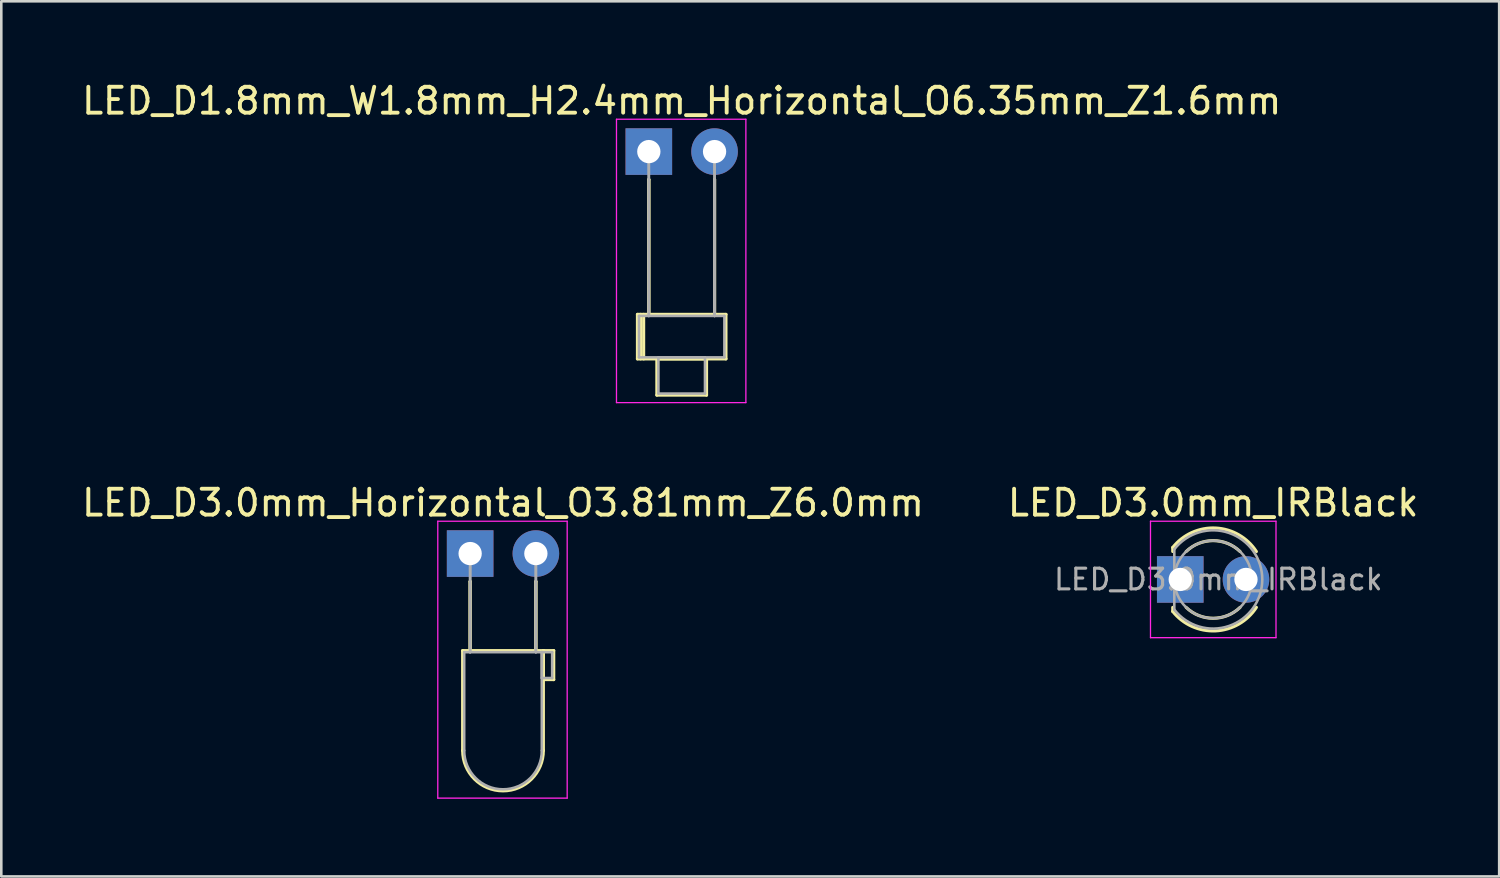
<source format=kicad_pcb>
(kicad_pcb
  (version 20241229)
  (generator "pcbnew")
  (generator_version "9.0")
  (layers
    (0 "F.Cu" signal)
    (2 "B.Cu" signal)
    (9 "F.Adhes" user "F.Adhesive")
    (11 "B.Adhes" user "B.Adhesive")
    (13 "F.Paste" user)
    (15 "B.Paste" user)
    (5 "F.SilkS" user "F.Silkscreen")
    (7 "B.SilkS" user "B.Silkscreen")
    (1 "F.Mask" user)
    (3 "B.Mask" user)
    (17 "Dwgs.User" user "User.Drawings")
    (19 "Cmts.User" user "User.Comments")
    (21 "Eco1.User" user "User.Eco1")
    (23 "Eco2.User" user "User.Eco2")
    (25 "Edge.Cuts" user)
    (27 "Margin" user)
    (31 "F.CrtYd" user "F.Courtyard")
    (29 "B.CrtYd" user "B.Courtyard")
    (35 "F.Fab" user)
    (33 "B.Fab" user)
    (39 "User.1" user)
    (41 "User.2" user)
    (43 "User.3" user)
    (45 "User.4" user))
  (footprint "LED_D3.0mm_IRBlack"
    (layer "F.Cu")
    (at 42.557 19.341)
    (property "Reference" "LED_D3.0mm_IRBlack" (at 1.27 -2.96 0) (layer "F.SilkS") (effects (font (size 1 1) (thickness 0.15))))
    (attr through_hole)
    (fp_line (start -0.29 -1.236) (end -0.29 -1.08) (stroke (width 0.12) (type solid)) (layer "F.SilkS"))
    (fp_line (start -0.29 1.08) (end -0.29 1.236) (stroke (width 0.12) (type solid)) (layer "F.SilkS"))
    (fp_arc (start -0.29 -1.235516) (mid 1.366487 -1.987659) (end 2.942335 -1.078608) (stroke (width 0.12) (type solid)) (layer "F.SilkS"))
    (fp_arc (start 0.229039 -1.08) (mid 1.270117 -1.5) (end 2.31113 -1.079837) (stroke (width 0.12) (type solid)) (layer "F.SilkS"))
    (fp_arc (start 2.31113 1.079837) (mid 1.270117 1.5) (end 0.229039 1.08) (stroke (width 0.12) (type solid)) (layer "F.SilkS"))
    (fp_arc (start 2.942335 1.078608) (mid 1.366487 1.987659) (end -0.29 1.235516) (stroke (width 0.12) (type solid)) (layer "F.SilkS"))
    (fp_line (start -1.15 -2.25) (end -1.15 2.25) (stroke (width 0.05) (type solid)) (layer "F.CrtYd"))
    (fp_line (start -1.15 2.25) (end 3.7 2.25) (stroke (width 0.05) (type solid)) (layer "F.CrtYd"))
    (fp_line (start 3.7 -2.25) (end -1.15 -2.25) (stroke (width 0.05) (type solid)) (layer "F.CrtYd"))
    (fp_line (start 3.7 2.25) (end 3.7 -2.25) (stroke (width 0.05) (type solid)) (layer "F.CrtYd"))
    (fp_line (start -0.23 -1.166) (end -0.23 1.166) (stroke (width 0.1) (type solid)) (layer "F.Fab"))
    (fp_arc (start -0.23 -1.16619) (mid 3.17 0.000452) (end -0.230555 1.165476) (stroke (width 0.1) (type solid)) (layer "F.Fab"))
    (fp_circle (center 1.27 0) (end 2.77 0) (stroke (width 0.1) (type solid)) (fill no) (layer "F.Fab"))
    (fp_text user "${REFERENCE}" (at 1.47 0 0) (layer "F.Fab") (effects (font (size 0.8 0.8) (thickness 0.12))))
    (pad "1" thru_hole rect (at 0 0) (size 1.8 1.8) (drill 0.9) (layers "*.Cu" "*.Mask"))
    (pad "2" thru_hole circle (at 2.54 0) (size 1.8 1.8) (drill 0.9) (layers "*.Cu" "*.Mask")))
  (footprint "LED_D1.8mm_W1.8mm_H2.4mm_Horizontal_O6.35mm_Z1.6mm"
    (layer "F.Cu")
    (at 22.022 2.808)
    (property "Reference" "LED_D1.8mm_W1.8mm_H2.4mm_Horizontal_O6.35mm_Z1.6mm" (at 1.27 -1.96 0) (layer "F.SilkS") (effects (font (size 1 1) (thickness 0.15))))
    (attr through_hole)
    (fp_line (start -0.44 6.29) (end -0.44 8.01) (stroke (width 0.12) (type solid)) (layer "F.SilkS"))
    (fp_line (start -0.44 8.01) (end 2.98 8.01) (stroke (width 0.12) (type solid)) (layer "F.SilkS"))
    (fp_line (start -0.32 6.29) (end -0.32 8.01) (stroke (width 0.12) (type solid)) (layer "F.SilkS"))
    (fp_line (start -0.2 6.29) (end -0.2 8.01) (stroke (width 0.12) (type solid)) (layer "F.SilkS"))
    (fp_line (start 0 1.08) (end 0 1.08) (stroke (width 0.12) (type solid)) (layer "F.SilkS"))
    (fp_line (start 0 1.08) (end 0 6.29) (stroke (width 0.12) (type solid)) (layer "F.SilkS"))
    (fp_line (start 0 6.29) (end 0 1.08) (stroke (width 0.12) (type solid)) (layer "F.SilkS"))
    (fp_line (start 0 6.29) (end 0 6.29) (stroke (width 0.12) (type solid)) (layer "F.SilkS"))
    (fp_line (start 0.31 8.01) (end 0.31 9.41) (stroke (width 0.12) (type solid)) (layer "F.SilkS"))
    (fp_line (start 0.31 9.41) (end 2.23 9.41) (stroke (width 0.12) (type solid)) (layer "F.SilkS"))
    (fp_line (start 2.23 8.01) (end 0.31 8.01) (stroke (width 0.12) (type solid)) (layer "F.SilkS"))
    (fp_line (start 2.23 9.41) (end 2.23 8.01) (stroke (width 0.12) (type solid)) (layer "F.SilkS"))
    (fp_line (start 2.54 1.08) (end 2.54 1.08) (stroke (width 0.12) (type solid)) (layer "F.SilkS"))
    (fp_line (start 2.54 1.08) (end 2.54 6.29) (stroke (width 0.12) (type solid)) (layer "F.SilkS"))
    (fp_line (start 2.54 6.29) (end 2.54 1.08) (stroke (width 0.12) (type solid)) (layer "F.SilkS"))
    (fp_line (start 2.54 6.29) (end 2.54 6.29) (stroke (width 0.12) (type solid)) (layer "F.SilkS"))
    (fp_line (start 2.98 6.29) (end -0.44 6.29) (stroke (width 0.12) (type solid)) (layer "F.SilkS"))
    (fp_line (start 2.98 8.01) (end 2.98 6.29) (stroke (width 0.12) (type solid)) (layer "F.SilkS"))
    (fp_line (start -1.25 -1.25) (end -1.25 9.7) (stroke (width 0.05) (type solid)) (layer "F.CrtYd"))
    (fp_line (start -1.25 9.7) (end 3.75 9.7) (stroke (width 0.05) (type solid)) (layer "F.CrtYd"))
    (fp_line (start 3.75 -1.25) (end -1.25 -1.25) (stroke (width 0.05) (type solid)) (layer "F.CrtYd"))
    (fp_line (start 3.75 9.7) (end 3.75 -1.25) (stroke (width 0.05) (type solid)) (layer "F.CrtYd"))
    (fp_line (start -0.38 6.35) (end -0.38 7.95) (stroke (width 0.1) (type solid)) (layer "F.Fab"))
    (fp_line (start -0.38 7.95) (end 2.92 7.95) (stroke (width 0.1) (type solid)) (layer "F.Fab"))
    (fp_line (start 0 0) (end 0 0) (stroke (width 0.1) (type solid)) (layer "F.Fab"))
    (fp_line (start 0 0) (end 0 6.35) (stroke (width 0.1) (type solid)) (layer "F.Fab"))
    (fp_line (start 0 6.35) (end 0 0) (stroke (width 0.1) (type solid)) (layer "F.Fab"))
    (fp_line (start 0 6.35) (end 0 6.35) (stroke (width 0.1) (type solid)) (layer "F.Fab"))
    (fp_line (start 0.37 7.95) (end 0.37 9.35) (stroke (width 0.1) (type solid)) (layer "F.Fab"))
    (fp_line (start 0.37 9.35) (end 2.17 9.35) (stroke (width 0.1) (type solid)) (layer "F.Fab"))
    (fp_line (start 2.17 7.95) (end 0.37 7.95) (stroke (width 0.1) (type solid)) (layer "F.Fab"))
    (fp_line (start 2.17 9.35) (end 2.17 7.95) (stroke (width 0.1) (type solid)) (layer "F.Fab"))
    (fp_line (start 2.54 0) (end 2.54 0) (stroke (width 0.1) (type solid)) (layer "F.Fab"))
    (fp_line (start 2.54 0) (end 2.54 6.35) (stroke (width 0.1) (type solid)) (layer "F.Fab"))
    (fp_line (start 2.54 6.35) (end 2.54 0) (stroke (width 0.1) (type solid)) (layer "F.Fab"))
    (fp_line (start 2.54 6.35) (end 2.54 6.35) (stroke (width 0.1) (type solid)) (layer "F.Fab"))
    (fp_line (start 2.92 6.35) (end -0.38 6.35) (stroke (width 0.1) (type solid)) (layer "F.Fab"))
    (fp_line (start 2.92 7.95) (end 2.92 6.35) (stroke (width 0.1) (type solid)) (layer "F.Fab"))
    (pad "1" thru_hole rect (at 0 0) (size 1.8 1.8) (drill 0.9) (layers "*.Cu" "*.Mask"))
    (pad "2" thru_hole circle (at 2.54 0) (size 1.8 1.8) (drill 0.9) (layers "*.Cu" "*.Mask")))
  (footprint "LED_D3.0mm_Horizontal_O3.81mm_Z6.0mm"
    (layer "F.Cu")
    (at 15.117 18.341)
    (property "Reference" "LED_D3.0mm_Horizontal_O3.81mm_Z6.0mm" (at 1.27 -1.96 0) (layer "F.SilkS") (effects (font (size 1 1) (thickness 0.15))))
    (attr through_hole)
    (fp_line (start -0.29 3.75) (end -0.29 7.61) (stroke (width 0.12) (type solid)) (layer "F.SilkS"))
    (fp_line (start -0.29 3.75) (end 2.83 3.75) (stroke (width 0.12) (type solid)) (layer "F.SilkS"))
    (fp_line (start 0 1.08) (end 0 1.08) (stroke (width 0.12) (type solid)) (layer "F.SilkS"))
    (fp_line (start 0 1.08) (end 0 3.75) (stroke (width 0.12) (type solid)) (layer "F.SilkS"))
    (fp_line (start 0 3.75) (end 0 1.08) (stroke (width 0.12) (type solid)) (layer "F.SilkS"))
    (fp_line (start 0 3.75) (end 0 3.75) (stroke (width 0.12) (type solid)) (layer "F.SilkS"))
    (fp_line (start 2.54 1.08) (end 2.54 1.08) (stroke (width 0.12) (type solid)) (layer "F.SilkS"))
    (fp_line (start 2.54 1.08) (end 2.54 3.75) (stroke (width 0.12) (type solid)) (layer "F.SilkS"))
    (fp_line (start 2.54 3.75) (end 2.54 1.08) (stroke (width 0.12) (type solid)) (layer "F.SilkS"))
    (fp_line (start 2.54 3.75) (end 2.54 3.75) (stroke (width 0.12) (type solid)) (layer "F.SilkS"))
    (fp_line (start 2.83 3.75) (end 2.83 7.61) (stroke (width 0.12) (type solid)) (layer "F.SilkS"))
    (fp_line (start 2.83 3.75) (end 3.23 3.75) (stroke (width 0.12) (type solid)) (layer "F.SilkS"))
    (fp_line (start 2.83 4.87) (end 2.83 3.75) (stroke (width 0.12) (type solid)) (layer "F.SilkS"))
    (fp_line (start 3.23 3.75) (end 3.23 4.87) (stroke (width 0.12) (type solid)) (layer "F.SilkS"))
    (fp_line (start 3.23 4.87) (end 2.83 4.87) (stroke (width 0.12) (type solid)) (layer "F.SilkS"))
    (fp_arc (start 2.83 7.61) (mid 1.27 9.17) (end -0.29 7.61) (stroke (width 0.12) (type solid)) (layer "F.SilkS"))
    (fp_line (start -1.25 -1.25) (end -1.25 9.45) (stroke (width 0.05) (type solid)) (layer "F.CrtYd"))
    (fp_line (start -1.25 9.45) (end 3.75 9.45) (stroke (width 0.05) (type solid)) (layer "F.CrtYd"))
    (fp_line (start 3.75 -1.25) (end -1.25 -1.25) (stroke (width 0.05) (type solid)) (layer "F.CrtYd"))
    (fp_line (start 3.75 9.45) (end 3.75 -1.25) (stroke (width 0.05) (type solid)) (layer "F.CrtYd"))
    (fp_line (start -0.23 3.81) (end -0.23 7.61) (stroke (width 0.1) (type solid)) (layer "F.Fab"))
    (fp_line (start -0.23 3.81) (end 2.77 3.81) (stroke (width 0.1) (type solid)) (layer "F.Fab"))
    (fp_line (start 0 0) (end 0 0) (stroke (width 0.1) (type solid)) (layer "F.Fab"))
    (fp_line (start 0 0) (end 0 3.81) (stroke (width 0.1) (type solid)) (layer "F.Fab"))
    (fp_line (start 0 3.81) (end 0 0) (stroke (width 0.1) (type solid)) (layer "F.Fab"))
    (fp_line (start 0 3.81) (end 0 3.81) (stroke (width 0.1) (type solid)) (layer "F.Fab"))
    (fp_line (start 2.54 0) (end 2.54 0) (stroke (width 0.1) (type solid)) (layer "F.Fab"))
    (fp_line (start 2.54 0) (end 2.54 3.81) (stroke (width 0.1) (type solid)) (layer "F.Fab"))
    (fp_line (start 2.54 3.81) (end 2.54 0) (stroke (width 0.1) (type solid)) (layer "F.Fab"))
    (fp_line (start 2.54 3.81) (end 2.54 3.81) (stroke (width 0.1) (type solid)) (layer "F.Fab"))
    (fp_line (start 2.77 3.81) (end 2.77 7.61) (stroke (width 0.1) (type solid)) (layer "F.Fab"))
    (fp_line (start 2.77 3.81) (end 3.17 3.81) (stroke (width 0.1) (type solid)) (layer "F.Fab"))
    (fp_line (start 2.77 4.81) (end 2.77 3.81) (stroke (width 0.1) (type solid)) (layer "F.Fab"))
    (fp_line (start 3.17 3.81) (end 3.17 4.81) (stroke (width 0.1) (type solid)) (layer "F.Fab"))
    (fp_line (start 3.17 4.81) (end 2.77 4.81) (stroke (width 0.1) (type solid)) (layer "F.Fab"))
    (fp_arc (start 2.77 7.61) (mid 1.27 9.11) (end -0.23 7.61) (stroke (width 0.1) (type solid)) (layer "F.Fab"))
    (pad "1" thru_hole rect (at 0 0) (size 1.8 1.8) (drill 0.9) (layers "*.Cu" "*.Mask"))
    (pad "2" thru_hole circle (at 2.54 0) (size 1.8 1.8) (drill 0.9) (layers "*.Cu" "*.Mask")))
  (gr_rect
    (start -3 -3)
    (end 54.881 30.817)
    (stroke (width 0.1) (type default))
    (fill no)
    (layer "Edge.Cuts")))
</source>
